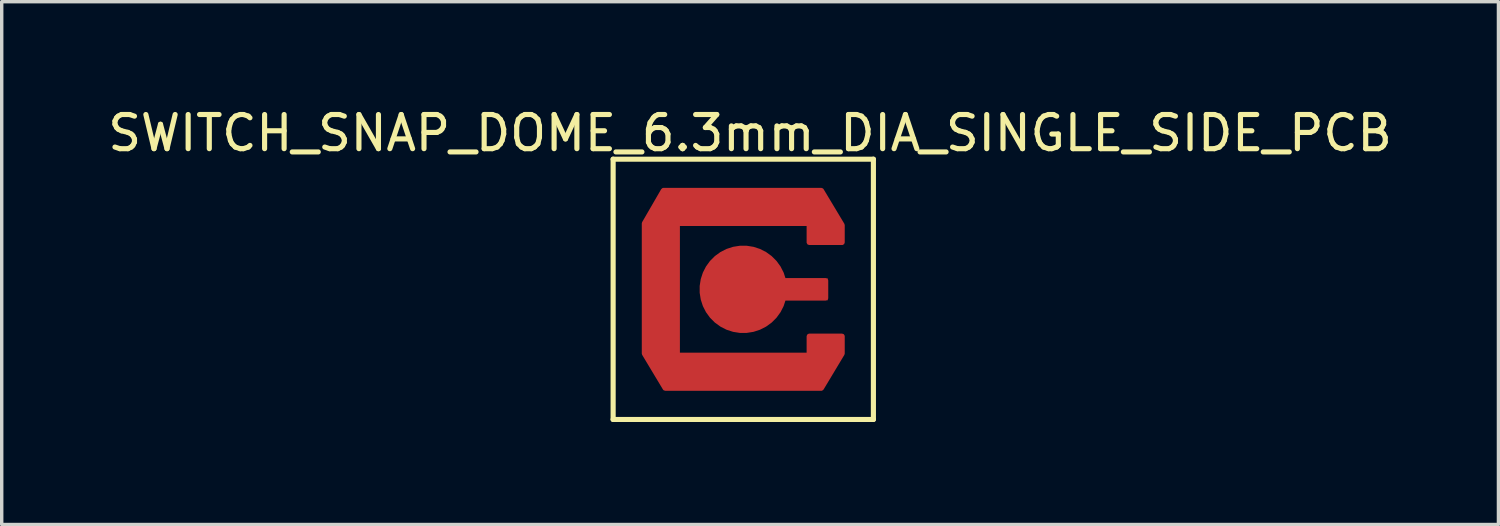
<source format=kicad_pcb>
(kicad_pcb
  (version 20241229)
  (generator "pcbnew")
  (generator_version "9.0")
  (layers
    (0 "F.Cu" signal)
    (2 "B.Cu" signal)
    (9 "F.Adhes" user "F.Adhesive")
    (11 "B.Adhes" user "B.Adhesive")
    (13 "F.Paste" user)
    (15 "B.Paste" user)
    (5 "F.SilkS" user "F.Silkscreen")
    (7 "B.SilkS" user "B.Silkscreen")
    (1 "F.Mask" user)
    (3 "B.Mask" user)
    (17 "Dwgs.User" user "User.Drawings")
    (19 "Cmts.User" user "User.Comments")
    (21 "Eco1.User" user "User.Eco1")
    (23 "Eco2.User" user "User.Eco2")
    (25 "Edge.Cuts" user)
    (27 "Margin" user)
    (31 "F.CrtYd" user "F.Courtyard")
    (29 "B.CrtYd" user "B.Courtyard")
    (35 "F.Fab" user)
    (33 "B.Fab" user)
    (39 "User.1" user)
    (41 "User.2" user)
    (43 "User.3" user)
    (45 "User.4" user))
  (footprint "SWITCH_SNAP_DOME_6.3mm_DIA_SINGLE_SIDE_PCB"
    (layer "F.Cu")
    (at 18.711 5.421)
    (property "Reference" "SWITCH_SNAP_DOME_6.3mm_DIA_SINGLE_SIDE_PCB" (at 0.2 -4.573 0) (layer "F.SilkS") (effects (font (size 1 1) (thickness 0.15))))
    (attr smd)
    (fp_line (start -3.81 -3.81) (end -3.81 3.81) (stroke (width 0.15) (type solid)) (layer "F.SilkS"))
    (fp_line (start -3.81 3.81) (end 3.81 3.81) (stroke (width 0.15) (type solid)) (layer "F.SilkS"))
    (fp_line (start 3.81 -3.81) (end -3.81 -3.81) (stroke (width 0.15) (type solid)) (layer "F.SilkS"))
    (fp_line (start 3.81 3.81) (end 3.81 -3.81) (stroke (width 0.15) (type solid)) (layer "F.SilkS"))
    (pad "1" smd custom (at 1.25 0) (size 2.45 0.64) (layers "F.Cu" "F.Mask" "F.Paste") (options (anchor rect)) (primitives (gr_line (start 1.163 0.254) (end -0.107 0.254) (width 0.15)) (gr_line (start -0.107 0.254) (end -0.107 -0.254) (width 0.15)) (gr_line (start -0.107 -0.254) (end 1.163 -0.254) (width 0.15)) (gr_line (start 1.163 -0.254) (end 1.163 0.254) (width 0.15)) (gr_poly (pts (xy 0.02 -0.254) (xy 1.163 -0.254) (xy 1.163 0.254) (xy 0.02 0.254)) (width 0.15) (fill yes)) (gr_circle (center -1.25 0) (end -0.045 0) (width 0.15) (fill no)) (gr_poly (pts (xy -1.25 -1.143) (xy -0.488 -0.889) (xy -0.107 -0.254) (xy -0.234 0.508) (xy -0.742 1.016) (xy -1.377 1.143) (xy -2.012 0.889) (xy -2.266 0.381) (xy -2.393 -0.127) (xy -2.139 -0.762) (xy -1.631 -1.016)) (width 0.15) (fill yes))))
    (pad "2" smd custom (at 2.4 -1.6) (size 0.5 0.5) (layers "F.Cu" "F.Mask" "F.Paste") (options (anchor rect)) (primitives (gr_poly (pts (xy 0.496 0.228) (xy 0.496 -0.28) (xy -0.114 -1.296) (xy -4.737 -1.296) (xy -5.296 -0.33) (xy -5.296 3.48) (xy -4.686 4.496) (xy -0.114 4.496) (xy 0.496 3.48) (xy 0.496 2.972) (xy -0.47 2.972) (xy -0.47 3.53) (xy -4.33 3.53) (xy -4.33 -0.33) (xy -0.47 -0.33) (xy -0.47 0.228)) (width 0.15) (fill yes)))))
  (gr_rect
    (start -3 -3)
    (end 40.821 12.306)
    (stroke (width 0.1) (type default))
    (fill no)
    (layer "Edge.Cuts")))
</source>
